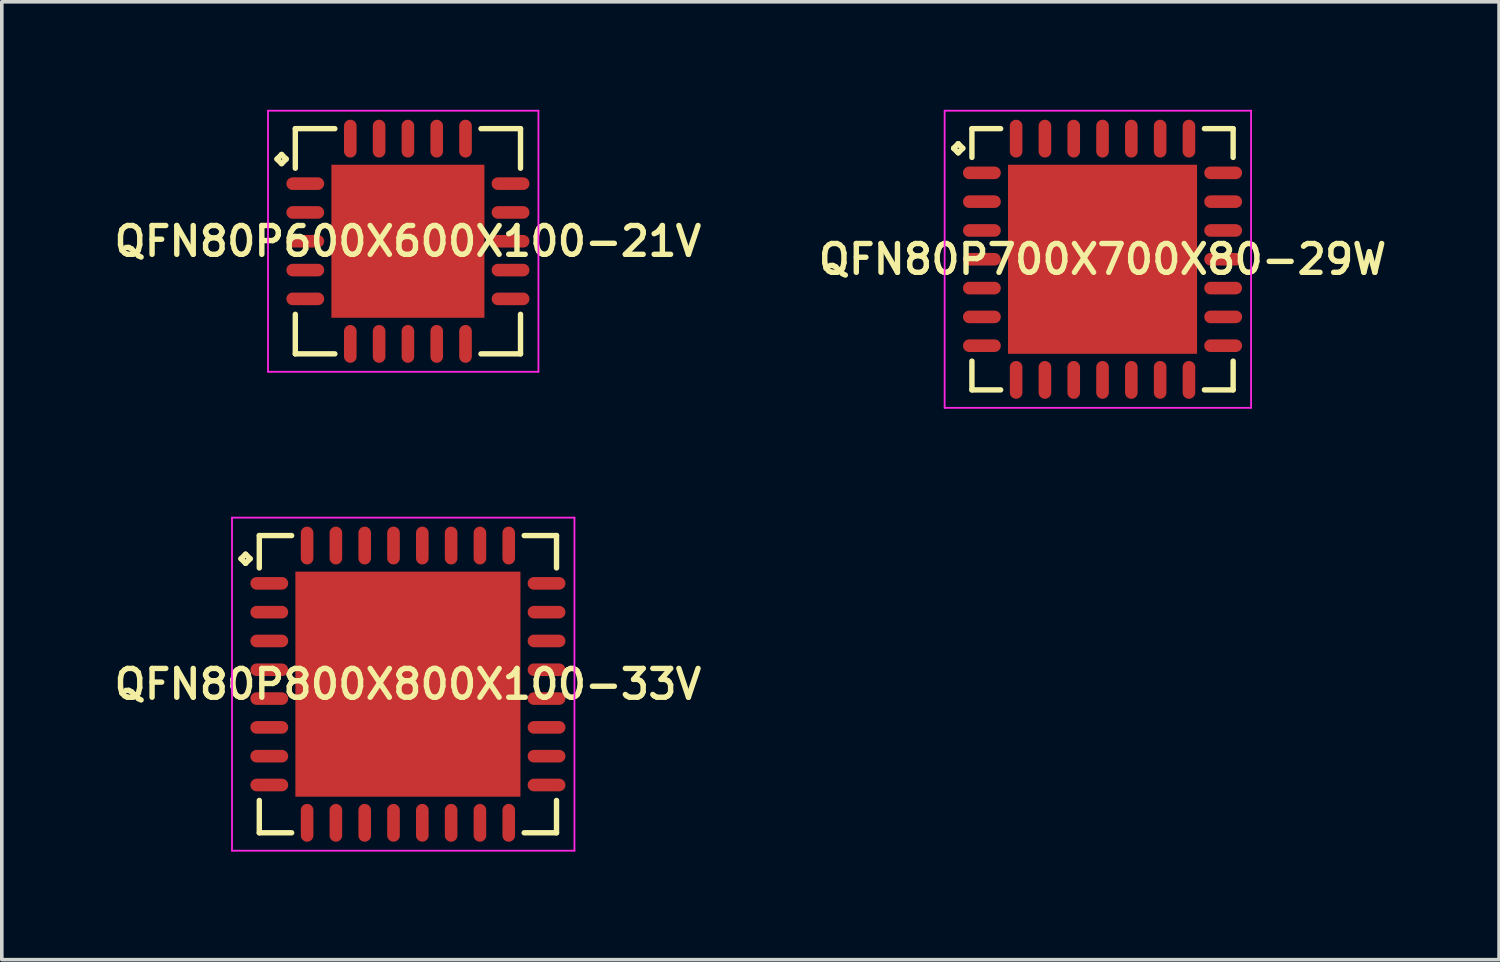
<source format=kicad_pcb>
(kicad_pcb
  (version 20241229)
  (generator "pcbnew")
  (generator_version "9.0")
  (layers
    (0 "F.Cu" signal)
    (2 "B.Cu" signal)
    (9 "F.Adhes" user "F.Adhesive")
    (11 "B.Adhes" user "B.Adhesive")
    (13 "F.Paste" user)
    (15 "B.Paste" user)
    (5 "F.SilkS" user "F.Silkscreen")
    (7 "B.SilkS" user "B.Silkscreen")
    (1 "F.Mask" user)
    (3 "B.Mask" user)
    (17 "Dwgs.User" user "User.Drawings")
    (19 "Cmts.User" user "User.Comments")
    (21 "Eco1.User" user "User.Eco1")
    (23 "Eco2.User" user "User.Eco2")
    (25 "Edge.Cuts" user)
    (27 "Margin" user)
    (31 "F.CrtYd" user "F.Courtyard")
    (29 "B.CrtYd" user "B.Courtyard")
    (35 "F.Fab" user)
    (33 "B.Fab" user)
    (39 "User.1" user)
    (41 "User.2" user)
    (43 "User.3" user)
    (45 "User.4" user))
  (footprint "QFN80P700X700X80-29W"
    (layer "F.Cu")
    (at 27.568 4.15)
    (property "Reference" "QFN80P700X700X80-29W" (at 0 0 0) (layer "F.SilkS") (effects (font (size 0.8 0.8) (thickness 0.15))))
    (attr smd)
    (fp_line (start -4.135 -3.083) (end -4.008 -3.21) (stroke (width 0.15) (type solid)) (layer "F.SilkS"))
    (fp_line (start -4.008 -3.21) (end -3.881 -3.083) (stroke (width 0.15) (type solid)) (layer "F.SilkS"))
    (fp_line (start -4.008 -2.956) (end -4.135 -3.083) (stroke (width 0.15) (type solid)) (layer "F.SilkS"))
    (fp_line (start -3.881 -3.083) (end -4.008 -2.956) (stroke (width 0.15) (type solid)) (layer "F.SilkS"))
    (fp_line (start -3.627 -3.627) (end -2.829 -3.627) (stroke (width 0.15) (type solid)) (layer "F.SilkS"))
    (fp_line (start -3.627 -2.829) (end -3.627 -3.627) (stroke (width 0.15) (type solid)) (layer "F.SilkS"))
    (fp_line (start -3.627 2.829) (end -3.627 3.627) (stroke (width 0.15) (type solid)) (layer "F.SilkS"))
    (fp_line (start -3.627 3.627) (end -2.829 3.627) (stroke (width 0.15) (type solid)) (layer "F.SilkS"))
    (fp_line (start 2.829 -3.627) (end 3.627 -3.627) (stroke (width 0.15) (type solid)) (layer "F.SilkS"))
    (fp_line (start 2.829 3.627) (end 3.627 3.627) (stroke (width 0.15) (type solid)) (layer "F.SilkS"))
    (fp_line (start 3.627 -3.627) (end 3.627 -2.829) (stroke (width 0.15) (type solid)) (layer "F.SilkS"))
    (fp_line (start 3.627 3.627) (end 3.627 2.829) (stroke (width 0.15) (type solid)) (layer "F.SilkS"))
    (fp_line (start -4.385 -4.125) (end 4.125 -4.125) (stroke (width 0.05) (type solid)) (layer "F.CrtYd"))
    (fp_line (start -4.385 4.125) (end -4.385 -4.125) (stroke (width 0.05) (type solid)) (layer "F.CrtYd"))
    (fp_line (start 4.125 -4.125) (end 4.125 4.125) (stroke (width 0.05) (type solid)) (layer "F.CrtYd"))
    (fp_line (start 4.125 4.125) (end -4.385 4.125) (stroke (width 0.05) (type solid)) (layer "F.CrtYd"))
    (pad "1" smd oval (at -3.35 -2.4) (size 1.05 0.35) (layers "F.Cu" "F.Mask" "F.Paste"))
    (pad "2" smd oval (at -3.35 -1.6) (size 1.05 0.35) (layers "F.Cu" "F.Mask" "F.Paste"))
    (pad "3" smd oval (at -3.35 -0.8) (size 1.05 0.35) (layers "F.Cu" "F.Mask" "F.Paste"))
    (pad "4" smd oval (at -3.35 0) (size 1.05 0.35) (layers "F.Cu" "F.Mask" "F.Paste"))
    (pad "5" smd oval (at -3.35 0.8) (size 1.05 0.35) (layers "F.Cu" "F.Mask" "F.Paste"))
    (pad "6" smd oval (at -3.35 1.6) (size 1.05 0.35) (layers "F.Cu" "F.Mask" "F.Paste"))
    (pad "7" smd oval (at -3.35 2.4) (size 1.05 0.35) (layers "F.Cu" "F.Mask" "F.Paste"))
    (pad "8" smd oval (at -2.4 3.35) (size 0.35 1.05) (layers "F.Cu" "F.Mask" "F.Paste"))
    (pad "9" smd oval (at -1.6 3.35) (size 0.35 1.05) (layers "F.Cu" "F.Mask" "F.Paste"))
    (pad "10" smd oval (at -0.8 3.35) (size 0.35 1.05) (layers "F.Cu" "F.Mask" "F.Paste"))
    (pad "11" smd oval (at 0 3.35) (size 0.35 1.05) (layers "F.Cu" "F.Mask" "F.Paste"))
    (pad "12" smd oval (at 0.8 3.35) (size 0.35 1.05) (layers "F.Cu" "F.Mask" "F.Paste"))
    (pad "13" smd oval (at 1.6 3.35) (size 0.35 1.05) (layers "F.Cu" "F.Mask" "F.Paste"))
    (pad "14" smd oval (at 2.4 3.35) (size 0.35 1.05) (layers "F.Cu" "F.Mask" "F.Paste"))
    (pad "15" smd oval (at 3.35 2.4) (size 1.05 0.35) (layers "F.Cu" "F.Mask" "F.Paste"))
    (pad "16" smd oval (at 3.35 1.6) (size 1.05 0.35) (layers "F.Cu" "F.Mask" "F.Paste"))
    (pad "17" smd oval (at 3.35 0.8) (size 1.05 0.35) (layers "F.Cu" "F.Mask" "F.Paste"))
    (pad "18" smd oval (at 3.35 0) (size 1.05 0.35) (layers "F.Cu" "F.Mask" "F.Paste"))
    (pad "19" smd oval (at 3.35 -0.8) (size 1.05 0.35) (layers "F.Cu" "F.Mask" "F.Paste"))
    (pad "20" smd oval (at 3.35 -1.6) (size 1.05 0.35) (layers "F.Cu" "F.Mask" "F.Paste"))
    (pad "21" smd oval (at 3.35 -2.4) (size 1.05 0.35) (layers "F.Cu" "F.Mask" "F.Paste"))
    (pad "22" smd oval (at 2.4 -3.35) (size 0.35 1.05) (layers "F.Cu" "F.Mask" "F.Paste"))
    (pad "23" smd oval (at 1.6 -3.35) (size 0.35 1.05) (layers "F.Cu" "F.Mask" "F.Paste"))
    (pad "24" smd oval (at 0.8 -3.35) (size 0.35 1.05) (layers "F.Cu" "F.Mask" "F.Paste"))
    (pad "25" smd oval (at 0 -3.35) (size 0.35 1.05) (layers "F.Cu" "F.Mask" "F.Paste"))
    (pad "26" smd oval (at -0.8 -3.35) (size 0.35 1.05) (layers "F.Cu" "F.Mask" "F.Paste"))
    (pad "27" smd oval (at -1.6 -3.35) (size 0.35 1.05) (layers "F.Cu" "F.Mask" "F.Paste"))
    (pad "28" smd oval (at -2.4 -3.35) (size 0.35 1.05) (layers "F.Cu" "F.Mask" "F.Paste"))
    (pad "29" smd rect (at 0 0) (size 5.25 5.25) (layers "F.Cu" "F.Mask" "F.Paste")))
  (footprint "QFN80P800X800X100-33V"
    (layer "F.Cu")
    (at 8.278 15.95)
    (property "Reference" "QFN80P800X800X100-33V" (at 0 0 0) (layer "F.SilkS") (effects (font (size 0.8 0.8) (thickness 0.15))))
    (attr smd)
    (fp_line (start -4.635 -3.483) (end -4.508 -3.61) (stroke (width 0.15) (type solid)) (layer "F.SilkS"))
    (fp_line (start -4.508 -3.61) (end -4.381 -3.483) (stroke (width 0.15) (type solid)) (layer "F.SilkS"))
    (fp_line (start -4.508 -3.356) (end -4.635 -3.483) (stroke (width 0.15) (type solid)) (layer "F.SilkS"))
    (fp_line (start -4.381 -3.483) (end -4.508 -3.356) (stroke (width 0.15) (type solid)) (layer "F.SilkS"))
    (fp_line (start -4.127 -4.127) (end -3.229 -4.127) (stroke (width 0.15) (type solid)) (layer "F.SilkS"))
    (fp_line (start -4.127 -3.229) (end -4.127 -4.127) (stroke (width 0.15) (type solid)) (layer "F.SilkS"))
    (fp_line (start -4.127 3.229) (end -4.127 4.127) (stroke (width 0.15) (type solid)) (layer "F.SilkS"))
    (fp_line (start -4.127 4.127) (end -3.229 4.127) (stroke (width 0.15) (type solid)) (layer "F.SilkS"))
    (fp_line (start 3.229 -4.127) (end 4.127 -4.127) (stroke (width 0.15) (type solid)) (layer "F.SilkS"))
    (fp_line (start 3.229 4.127) (end 4.127 4.127) (stroke (width 0.15) (type solid)) (layer "F.SilkS"))
    (fp_line (start 4.127 -4.127) (end 4.127 -3.229) (stroke (width 0.15) (type solid)) (layer "F.SilkS"))
    (fp_line (start 4.127 4.127) (end 4.127 3.229) (stroke (width 0.15) (type solid)) (layer "F.SilkS"))
    (fp_line (start -4.885 -4.625) (end 4.625 -4.625) (stroke (width 0.05) (type solid)) (layer "F.CrtYd"))
    (fp_line (start -4.885 4.625) (end -4.885 -4.625) (stroke (width 0.05) (type solid)) (layer "F.CrtYd"))
    (fp_line (start 4.625 -4.625) (end 4.625 4.625) (stroke (width 0.05) (type solid)) (layer "F.CrtYd"))
    (fp_line (start 4.625 4.625) (end -4.885 4.625) (stroke (width 0.05) (type solid)) (layer "F.CrtYd"))
    (pad "1" smd oval (at -3.85 -2.8) (size 1.05 0.35) (layers "F.Cu" "F.Mask" "F.Paste"))
    (pad "2" smd oval (at -3.85 -2) (size 1.05 0.35) (layers "F.Cu" "F.Mask" "F.Paste"))
    (pad "3" smd oval (at -3.85 -1.2) (size 1.05 0.35) (layers "F.Cu" "F.Mask" "F.Paste"))
    (pad "4" smd oval (at -3.85 -0.4) (size 1.05 0.35) (layers "F.Cu" "F.Mask" "F.Paste"))
    (pad "5" smd oval (at -3.85 0.4) (size 1.05 0.35) (layers "F.Cu" "F.Mask" "F.Paste"))
    (pad "6" smd oval (at -3.85 1.2) (size 1.05 0.35) (layers "F.Cu" "F.Mask" "F.Paste"))
    (pad "7" smd oval (at -3.85 2) (size 1.05 0.35) (layers "F.Cu" "F.Mask" "F.Paste"))
    (pad "8" smd oval (at -3.85 2.8) (size 1.05 0.35) (layers "F.Cu" "F.Mask" "F.Paste"))
    (pad "9" smd oval (at -2.8 3.85) (size 0.35 1.05) (layers "F.Cu" "F.Mask" "F.Paste"))
    (pad "10" smd oval (at -2 3.85) (size 0.35 1.05) (layers "F.Cu" "F.Mask" "F.Paste"))
    (pad "11" smd oval (at -1.2 3.85) (size 0.35 1.05) (layers "F.Cu" "F.Mask" "F.Paste"))
    (pad "12" smd oval (at -0.4 3.85) (size 0.35 1.05) (layers "F.Cu" "F.Mask" "F.Paste"))
    (pad "13" smd oval (at 0.4 3.85) (size 0.35 1.05) (layers "F.Cu" "F.Mask" "F.Paste"))
    (pad "14" smd oval (at 1.2 3.85) (size 0.35 1.05) (layers "F.Cu" "F.Mask" "F.Paste"))
    (pad "15" smd oval (at 2 3.85) (size 0.35 1.05) (layers "F.Cu" "F.Mask" "F.Paste"))
    (pad "16" smd oval (at 2.8 3.85) (size 0.35 1.05) (layers "F.Cu" "F.Mask" "F.Paste"))
    (pad "17" smd oval (at 3.85 2.8) (size 1.05 0.35) (layers "F.Cu" "F.Mask" "F.Paste"))
    (pad "18" smd oval (at 3.85 2) (size 1.05 0.35) (layers "F.Cu" "F.Mask" "F.Paste"))
    (pad "19" smd oval (at 3.85 1.2) (size 1.05 0.35) (layers "F.Cu" "F.Mask" "F.Paste"))
    (pad "20" smd oval (at 3.85 0.4) (size 1.05 0.35) (layers "F.Cu" "F.Mask" "F.Paste"))
    (pad "21" smd oval (at 3.85 -0.4) (size 1.05 0.35) (layers "F.Cu" "F.Mask" "F.Paste"))
    (pad "22" smd oval (at 3.85 -1.2) (size 1.05 0.35) (layers "F.Cu" "F.Mask" "F.Paste"))
    (pad "23" smd oval (at 3.85 -2) (size 1.05 0.35) (layers "F.Cu" "F.Mask" "F.Paste"))
    (pad "24" smd oval (at 3.85 -2.8) (size 1.05 0.35) (layers "F.Cu" "F.Mask" "F.Paste"))
    (pad "25" smd oval (at 2.8 -3.85) (size 0.35 1.05) (layers "F.Cu" "F.Mask" "F.Paste"))
    (pad "26" smd oval (at 2 -3.85) (size 0.35 1.05) (layers "F.Cu" "F.Mask" "F.Paste"))
    (pad "27" smd oval (at 1.2 -3.85) (size 0.35 1.05) (layers "F.Cu" "F.Mask" "F.Paste"))
    (pad "28" smd oval (at 0.4 -3.85) (size 0.35 1.05) (layers "F.Cu" "F.Mask" "F.Paste"))
    (pad "29" smd oval (at -0.4 -3.85) (size 0.35 1.05) (layers "F.Cu" "F.Mask" "F.Paste"))
    (pad "30" smd oval (at -1.2 -3.85) (size 0.35 1.05) (layers "F.Cu" "F.Mask" "F.Paste"))
    (pad "31" smd oval (at -2 -3.85) (size 0.35 1.05) (layers "F.Cu" "F.Mask" "F.Paste"))
    (pad "32" smd oval (at -2.8 -3.85) (size 0.35 1.05) (layers "F.Cu" "F.Mask" "F.Paste"))
    (pad "33" smd rect (at 0 0) (size 6.25 6.25) (layers "F.Cu" "F.Mask" "F.Paste")))
  (footprint "QFN80P600X600X100-21V"
    (layer "F.Cu")
    (at 8.278 3.65)
    (property "Reference" "QFN80P600X600X100-21V" (at 0 0 0) (layer "F.SilkS") (effects (font (size 0.8 0.8) (thickness 0.15))))
    (attr smd)
    (fp_line (start -3.635 -2.283) (end -3.508 -2.41) (stroke (width 0.15) (type solid)) (layer "F.SilkS"))
    (fp_line (start -3.508 -2.41) (end -3.381 -2.283) (stroke (width 0.15) (type solid)) (layer "F.SilkS"))
    (fp_line (start -3.508 -2.156) (end -3.635 -2.283) (stroke (width 0.15) (type solid)) (layer "F.SilkS"))
    (fp_line (start -3.381 -2.283) (end -3.508 -2.156) (stroke (width 0.15) (type solid)) (layer "F.SilkS"))
    (fp_line (start -3.127 -3.127) (end -2.029 -3.127) (stroke (width 0.15) (type solid)) (layer "F.SilkS"))
    (fp_line (start -3.127 -2.029) (end -3.127 -3.127) (stroke (width 0.15) (type solid)) (layer "F.SilkS"))
    (fp_line (start -3.127 2.029) (end -3.127 3.127) (stroke (width 0.15) (type solid)) (layer "F.SilkS"))
    (fp_line (start -3.127 3.127) (end -2.029 3.127) (stroke (width 0.15) (type solid)) (layer "F.SilkS"))
    (fp_line (start 2.029 -3.127) (end 3.127 -3.127) (stroke (width 0.15) (type solid)) (layer "F.SilkS"))
    (fp_line (start 2.029 3.127) (end 3.127 3.127) (stroke (width 0.15) (type solid)) (layer "F.SilkS"))
    (fp_line (start 3.127 -3.127) (end 3.127 -2.029) (stroke (width 0.15) (type solid)) (layer "F.SilkS"))
    (fp_line (start 3.127 3.127) (end 3.127 2.029) (stroke (width 0.15) (type solid)) (layer "F.SilkS"))
    (fp_line (start -3.885 -3.625) (end 3.625 -3.625) (stroke (width 0.05) (type solid)) (layer "F.CrtYd"))
    (fp_line (start -3.885 3.625) (end -3.885 -3.625) (stroke (width 0.05) (type solid)) (layer "F.CrtYd"))
    (fp_line (start 3.625 -3.625) (end 3.625 3.625) (stroke (width 0.05) (type solid)) (layer "F.CrtYd"))
    (fp_line (start 3.625 3.625) (end -3.885 3.625) (stroke (width 0.05) (type solid)) (layer "F.CrtYd"))
    (pad "1" smd oval (at -2.85 -1.6) (size 1.05 0.35) (layers "F.Cu" "F.Mask" "F.Paste"))
    (pad "2" smd oval (at -2.85 -0.8) (size 1.05 0.35) (layers "F.Cu" "F.Mask" "F.Paste"))
    (pad "3" smd oval (at -2.85 0) (size 1.05 0.35) (layers "F.Cu" "F.Mask" "F.Paste"))
    (pad "4" smd oval (at -2.85 0.8) (size 1.05 0.35) (layers "F.Cu" "F.Mask" "F.Paste"))
    (pad "5" smd oval (at -2.85 1.6) (size 1.05 0.35) (layers "F.Cu" "F.Mask" "F.Paste"))
    (pad "6" smd oval (at -1.6 2.85) (size 0.35 1.05) (layers "F.Cu" "F.Mask" "F.Paste"))
    (pad "7" smd oval (at -0.8 2.85) (size 0.35 1.05) (layers "F.Cu" "F.Mask" "F.Paste"))
    (pad "8" smd oval (at 0 2.85) (size 0.35 1.05) (layers "F.Cu" "F.Mask" "F.Paste"))
    (pad "9" smd oval (at 0.8 2.85) (size 0.35 1.05) (layers "F.Cu" "F.Mask" "F.Paste"))
    (pad "10" smd oval (at 1.6 2.85) (size 0.35 1.05) (layers "F.Cu" "F.Mask" "F.Paste"))
    (pad "11" smd oval (at 2.85 1.6) (size 1.05 0.35) (layers "F.Cu" "F.Mask" "F.Paste"))
    (pad "12" smd oval (at 2.85 0.8) (size 1.05 0.35) (layers "F.Cu" "F.Mask" "F.Paste"))
    (pad "13" smd oval (at 2.85 0) (size 1.05 0.35) (layers "F.Cu" "F.Mask" "F.Paste"))
    (pad "14" smd oval (at 2.85 -0.8) (size 1.05 0.35) (layers "F.Cu" "F.Mask" "F.Paste"))
    (pad "15" smd oval (at 2.85 -1.6) (size 1.05 0.35) (layers "F.Cu" "F.Mask" "F.Paste"))
    (pad "16" smd oval (at 1.6 -2.85) (size 0.35 1.05) (layers "F.Cu" "F.Mask" "F.Paste"))
    (pad "17" smd oval (at 0.8 -2.85) (size 0.35 1.05) (layers "F.Cu" "F.Mask" "F.Paste"))
    (pad "18" smd oval (at 0 -2.85) (size 0.35 1.05) (layers "F.Cu" "F.Mask" "F.Paste"))
    (pad "19" smd oval (at -0.8 -2.85) (size 0.35 1.05) (layers "F.Cu" "F.Mask" "F.Paste"))
    (pad "20" smd oval (at -1.6 -2.85) (size 0.35 1.05) (layers "F.Cu" "F.Mask" "F.Paste"))
    (pad "21" smd rect (at 0 0) (size 4.25 4.25) (layers "F.Cu" "F.Mask" "F.Paste")))
  (gr_rect
    (start -3 -3)
    (end 38.58 23.6)
    (stroke (width 0.1) (type default))
    (fill no)
    (layer "Edge.Cuts")))
</source>
